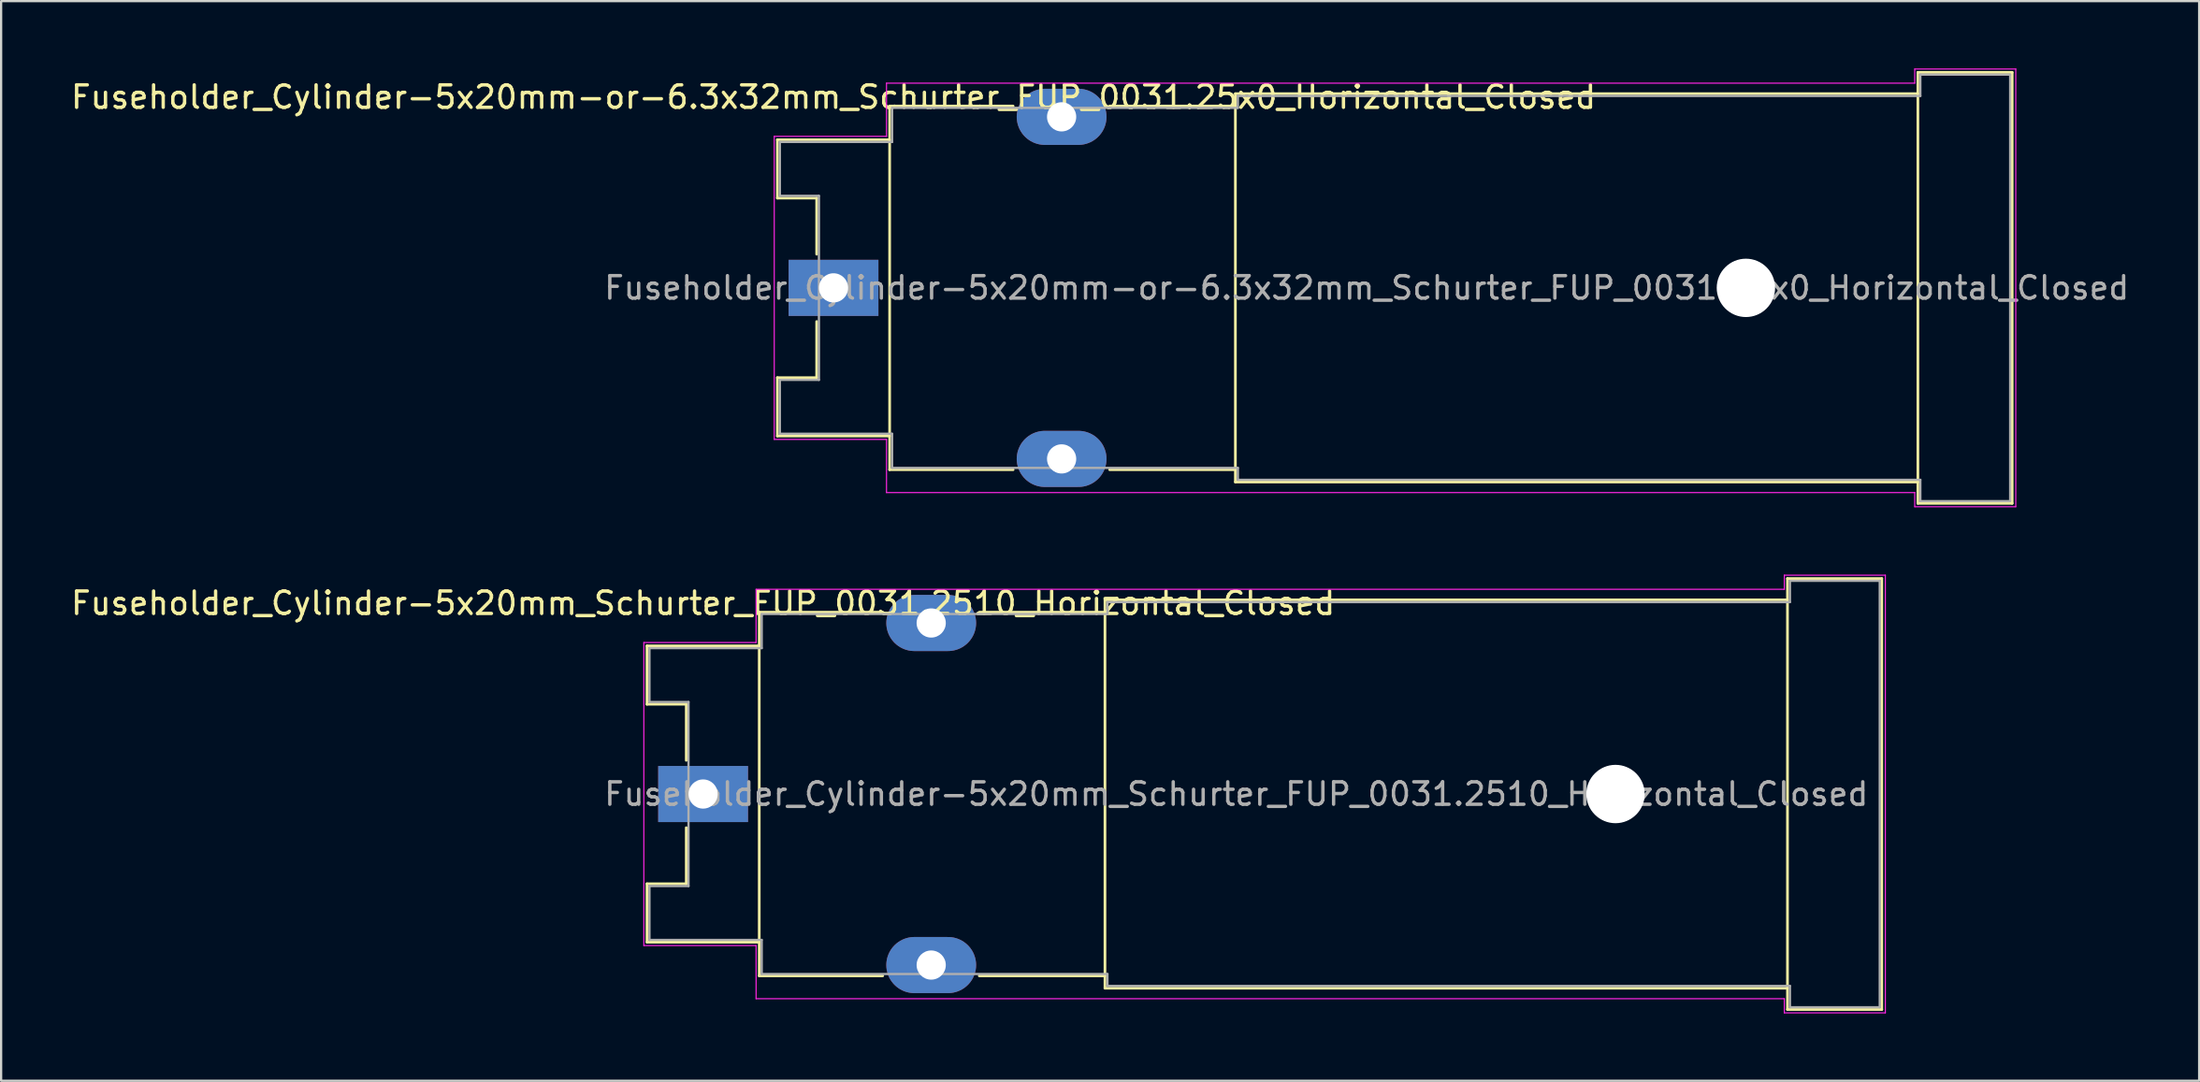
<source format=kicad_pcb>
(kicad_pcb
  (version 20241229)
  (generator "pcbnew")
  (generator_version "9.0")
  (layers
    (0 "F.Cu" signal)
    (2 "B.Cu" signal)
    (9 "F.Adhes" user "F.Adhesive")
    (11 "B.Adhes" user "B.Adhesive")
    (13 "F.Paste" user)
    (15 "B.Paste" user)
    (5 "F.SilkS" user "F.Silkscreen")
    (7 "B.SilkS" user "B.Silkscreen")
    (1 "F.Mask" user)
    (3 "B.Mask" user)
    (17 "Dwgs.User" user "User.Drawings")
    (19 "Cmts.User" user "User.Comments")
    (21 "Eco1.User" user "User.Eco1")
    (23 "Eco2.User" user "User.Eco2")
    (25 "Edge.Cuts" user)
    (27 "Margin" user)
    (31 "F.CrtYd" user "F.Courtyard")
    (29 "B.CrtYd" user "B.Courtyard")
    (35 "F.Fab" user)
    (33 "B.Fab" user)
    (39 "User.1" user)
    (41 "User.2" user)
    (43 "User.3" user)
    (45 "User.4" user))
  (footprint "Fuseholder_Cylinder-5x20mm-or-6.3x32mm_Schurter_FUP_0031.25x0_Horizontal_Closed"
    (layer "F.Cu")
    (at 34.077 9.775)
    (property "Reference" "Fuseholder_Cylinder-5x20mm-or-6.3x32mm_Schurter_FUP_0031.25x0_Horizontal_Closed" (at 0 -8.5 0) (layer "F.SilkS") (effects (font (size 1 1) (thickness 0.15))))
    (attr through_hole)
    (fp_line (start -2.5 -6.6) (end 2.5 -6.6) (stroke (width 0.12) (type solid)) (layer "F.SilkS"))
    (fp_line (start -2.5 -4) (end -2.5 -6.6) (stroke (width 0.12) (type solid)) (layer "F.SilkS"))
    (fp_line (start -2.5 4) (end -0.75 4) (stroke (width 0.12) (type solid)) (layer "F.SilkS"))
    (fp_line (start -2.5 6.6) (end -2.5 4) (stroke (width 0.12) (type solid)) (layer "F.SilkS"))
    (fp_line (start -2.5 6.6) (end 2.5 6.6) (stroke (width 0.12) (type solid)) (layer "F.SilkS"))
    (fp_line (start -0.75 -4) (end -2.5 -4) (stroke (width 0.12) (type solid)) (layer "F.SilkS"))
    (fp_line (start -0.75 -1.5) (end -0.75 -4) (stroke (width 0.12) (type solid)) (layer "F.SilkS"))
    (fp_line (start -0.75 4) (end -0.75 1.5) (stroke (width 0.12) (type solid)) (layer "F.SilkS"))
    (fp_line (start 2.5 -8.1) (end 8 -8.1) (stroke (width 0.12) (type solid)) (layer "F.SilkS"))
    (fp_line (start 2.5 8.1) (end 2.5 -8.1) (stroke (width 0.12) (type solid)) (layer "F.SilkS"))
    (fp_line (start 2.5 8.1) (end 8 8.1) (stroke (width 0.12) (type solid)) (layer "F.SilkS"))
    (fp_line (start 12.3 -8.1) (end 17.9 -8.1) (stroke (width 0.12) (type solid)) (layer "F.SilkS"))
    (fp_line (start 12.3 8.1) (end 17.9 8.1) (stroke (width 0.12) (type solid)) (layer "F.SilkS"))
    (fp_line (start 17.9 -8.65) (end 48.3 -8.65) (stroke (width 0.12) (type solid)) (layer "F.SilkS"))
    (fp_line (start 17.9 8.65) (end 17.9 -8.65) (stroke (width 0.12) (type solid)) (layer "F.SilkS"))
    (fp_line (start 17.9 8.65) (end 48.3 8.65) (stroke (width 0.12) (type solid)) (layer "F.SilkS"))
    (fp_line (start 48.3 -9.6) (end 52.5 -9.6) (stroke (width 0.12) (type solid)) (layer "F.SilkS"))
    (fp_line (start 48.3 9.6) (end 48.3 -9.6) (stroke (width 0.12) (type solid)) (layer "F.SilkS"))
    (fp_line (start 48.3 9.6) (end 52.5 9.6) (stroke (width 0.12) (type solid)) (layer "F.SilkS"))
    (fp_line (start 52.5 -9.6) (end 52.5 9.6) (stroke (width 0.12) (type solid)) (layer "F.SilkS"))
    (fp_line (start -2.64 -6.75) (end 2.36 -6.75) (stroke (width 0.05) (type solid)) (layer "F.CrtYd"))
    (fp_line (start -2.64 6.75) (end -2.64 -6.75) (stroke (width 0.05) (type solid)) (layer "F.CrtYd"))
    (fp_line (start -2.64 6.75) (end 2.36 6.75) (stroke (width 0.05) (type solid)) (layer "F.CrtYd"))
    (fp_line (start 2.36 -9.12) (end 2.36 -6.75) (stroke (width 0.05) (type solid)) (layer "F.CrtYd"))
    (fp_line (start 2.36 -9.12) (end 48.16 -9.12) (stroke (width 0.05) (type solid)) (layer "F.CrtYd"))
    (fp_line (start 2.36 6.75) (end 2.36 9.12) (stroke (width 0.05) (type solid)) (layer "F.CrtYd"))
    (fp_line (start 48.16 -9.75) (end 48.16 -9.12) (stroke (width 0.05) (type solid)) (layer "F.CrtYd"))
    (fp_line (start 48.16 -9.75) (end 52.66 -9.75) (stroke (width 0.05) (type solid)) (layer "F.CrtYd"))
    (fp_line (start 48.16 9.12) (end 2.36 9.12) (stroke (width 0.05) (type solid)) (layer "F.CrtYd"))
    (fp_line (start 48.16 9.12) (end 48.16 9.75) (stroke (width 0.05) (type solid)) (layer "F.CrtYd"))
    (fp_line (start 48.16 9.75) (end 52.66 9.75) (stroke (width 0.05) (type solid)) (layer "F.CrtYd"))
    (fp_line (start 52.66 -9.75) (end 52.66 9.75) (stroke (width 0.05) (type solid)) (layer "F.CrtYd"))
    (fp_line (start -2.39 -4.1) (end -2.39 -6.5) (stroke (width 0.1) (type solid)) (layer "F.Fab"))
    (fp_line (start -2.39 -4.1) (end -0.65 -4.1) (stroke (width 0.1) (type solid)) (layer "F.Fab"))
    (fp_line (start -2.39 4.1) (end -2.39 6.5) (stroke (width 0.1) (type solid)) (layer "F.Fab"))
    (fp_line (start -2.39 6.5) (end 2.61 6.5) (stroke (width 0.1) (type solid)) (layer "F.Fab"))
    (fp_line (start -0.65 -4.1) (end -0.65 4.1) (stroke (width 0.1) (type solid)) (layer "F.Fab"))
    (fp_line (start -0.65 4.1) (end -2.39 4.1) (stroke (width 0.1) (type solid)) (layer "F.Fab"))
    (fp_line (start 2.61 -8.02) (end 2.61 -6.5) (stroke (width 0.1) (type solid)) (layer "F.Fab"))
    (fp_line (start 2.61 -6.5) (end -2.39 -6.5) (stroke (width 0.1) (type solid)) (layer "F.Fab"))
    (fp_line (start 2.61 6.5) (end 2.61 8.02) (stroke (width 0.1) (type solid)) (layer "F.Fab"))
    (fp_line (start 2.61 8.02) (end 18.01 8.02) (stroke (width 0.1) (type solid)) (layer "F.Fab"))
    (fp_line (start 18.01 -8.55) (end 18.01 -8.02) (stroke (width 0.1) (type solid)) (layer "F.Fab"))
    (fp_line (start 18.01 -8.02) (end 2.61 -8.02) (stroke (width 0.1) (type solid)) (layer "F.Fab"))
    (fp_line (start 18.01 8.02) (end 18.01 8.55) (stroke (width 0.1) (type solid)) (layer "F.Fab"))
    (fp_line (start 18.01 8.55) (end 48.41 8.55) (stroke (width 0.1) (type solid)) (layer "F.Fab"))
    (fp_line (start 48.41 -9.5) (end 48.41 -8.55) (stroke (width 0.1) (type solid)) (layer "F.Fab"))
    (fp_line (start 48.41 -8.55) (end 18.01 -8.55) (stroke (width 0.1) (type solid)) (layer "F.Fab"))
    (fp_line (start 48.41 8.55) (end 48.41 9.5) (stroke (width 0.1) (type solid)) (layer "F.Fab"))
    (fp_line (start 48.41 9.5) (end 52.41 9.5) (stroke (width 0.1) (type solid)) (layer "F.Fab"))
    (fp_line (start 52.41 -9.5) (end 48.41 -9.5) (stroke (width 0.1) (type solid)) (layer "F.Fab"))
    (fp_line (start 52.41 -9.5) (end 52.41 9.5) (stroke (width 0.1) (type solid)) (layer "F.Fab"))
    (fp_text user "${REFERENCE}" (at 23.75 0 0) (layer "F.Fab") (effects (font (size 1 1) (thickness 0.15))))
    (pad "" np_thru_hole circle (at 40.64 0) (size 2.6 2.6) (drill 2.6) (layers "*.Cu" "*.Mask"))
    (pad "1" thru_hole rect (at 0 0) (size 4 2.5) (drill 1.3) (layers "*.Cu" "*.Mask"))
    (pad "2" thru_hole oval (at 10.16 -7.62) (size 4 2.5) (drill 1.3) (layers "*.Cu" "*.Mask"))
    (pad "2" thru_hole oval (at 10.16 7.62) (size 4 2.5) (drill 1.3) (layers "*.Cu" "*.Mask")))
  (footprint "Fuseholder_Cylinder-5x20mm_Schurter_FUP_0031.2510_Horizontal_Closed"
    (layer "F.Cu")
    (at 28.268 32.325)
    (property "Reference" "Fuseholder_Cylinder-5x20mm_Schurter_FUP_0031.2510_Horizontal_Closed" (at 0 -8.5 0) (layer "F.SilkS") (effects (font (size 1 1) (thickness 0.15))))
    (attr through_hole)
    (fp_line (start -2.5 -6.6) (end 2.5 -6.6) (stroke (width 0.12) (type solid)) (layer "F.SilkS"))
    (fp_line (start -2.5 -4) (end -2.5 -6.6) (stroke (width 0.12) (type solid)) (layer "F.SilkS"))
    (fp_line (start -2.5 4) (end -0.75 4) (stroke (width 0.12) (type solid)) (layer "F.SilkS"))
    (fp_line (start -2.5 6.6) (end -2.5 4) (stroke (width 0.12) (type solid)) (layer "F.SilkS"))
    (fp_line (start -2.5 6.6) (end 2.5 6.6) (stroke (width 0.12) (type solid)) (layer "F.SilkS"))
    (fp_line (start -0.75 -4) (end -2.5 -4) (stroke (width 0.12) (type solid)) (layer "F.SilkS"))
    (fp_line (start -0.75 -1.5) (end -0.75 -4) (stroke (width 0.12) (type solid)) (layer "F.SilkS"))
    (fp_line (start -0.75 4) (end -0.75 1.5) (stroke (width 0.12) (type solid)) (layer "F.SilkS"))
    (fp_line (start 2.5 -8.1) (end 8 -8.1) (stroke (width 0.12) (type solid)) (layer "F.SilkS"))
    (fp_line (start 2.5 8.1) (end 2.5 -8.1) (stroke (width 0.12) (type solid)) (layer "F.SilkS"))
    (fp_line (start 2.5 8.1) (end 8 8.1) (stroke (width 0.12) (type solid)) (layer "F.SilkS"))
    (fp_line (start 12.3 -8.1) (end 17.9 -8.1) (stroke (width 0.12) (type solid)) (layer "F.SilkS"))
    (fp_line (start 12.3 8.1) (end 17.9 8.1) (stroke (width 0.12) (type solid)) (layer "F.SilkS"))
    (fp_line (start 17.9 -8.65) (end 48.3 -8.65) (stroke (width 0.12) (type solid)) (layer "F.SilkS"))
    (fp_line (start 17.9 8.65) (end 17.9 -8.65) (stroke (width 0.12) (type solid)) (layer "F.SilkS"))
    (fp_line (start 17.9 8.65) (end 48.3 8.65) (stroke (width 0.12) (type solid)) (layer "F.SilkS"))
    (fp_line (start 48.3 -9.6) (end 52.5 -9.6) (stroke (width 0.12) (type solid)) (layer "F.SilkS"))
    (fp_line (start 48.3 9.6) (end 48.3 -9.6) (stroke (width 0.12) (type solid)) (layer "F.SilkS"))
    (fp_line (start 48.3 9.6) (end 52.5 9.6) (stroke (width 0.12) (type solid)) (layer "F.SilkS"))
    (fp_line (start 52.5 -9.6) (end 52.5 9.6) (stroke (width 0.12) (type solid)) (layer "F.SilkS"))
    (fp_line (start -2.64 -6.75) (end 2.36 -6.75) (stroke (width 0.05) (type solid)) (layer "F.CrtYd"))
    (fp_line (start -2.64 6.75) (end -2.64 -6.75) (stroke (width 0.05) (type solid)) (layer "F.CrtYd"))
    (fp_line (start -2.64 6.75) (end 2.36 6.75) (stroke (width 0.05) (type solid)) (layer "F.CrtYd"))
    (fp_line (start 2.36 -9.12) (end 2.36 -6.75) (stroke (width 0.05) (type solid)) (layer "F.CrtYd"))
    (fp_line (start 2.36 -9.12) (end 48.16 -9.12) (stroke (width 0.05) (type solid)) (layer "F.CrtYd"))
    (fp_line (start 2.36 6.75) (end 2.36 9.12) (stroke (width 0.05) (type solid)) (layer "F.CrtYd"))
    (fp_line (start 48.16 -9.75) (end 48.16 -9.12) (stroke (width 0.05) (type solid)) (layer "F.CrtYd"))
    (fp_line (start 48.16 -9.75) (end 52.66 -9.75) (stroke (width 0.05) (type solid)) (layer "F.CrtYd"))
    (fp_line (start 48.16 9.12) (end 2.36 9.12) (stroke (width 0.05) (type solid)) (layer "F.CrtYd"))
    (fp_line (start 48.16 9.12) (end 48.16 9.75) (stroke (width 0.05) (type solid)) (layer "F.CrtYd"))
    (fp_line (start 48.16 9.75) (end 52.66 9.75) (stroke (width 0.05) (type solid)) (layer "F.CrtYd"))
    (fp_line (start 52.66 -9.75) (end 52.66 9.75) (stroke (width 0.05) (type solid)) (layer "F.CrtYd"))
    (fp_line (start -2.39 -4.1) (end -2.39 -6.5) (stroke (width 0.1) (type solid)) (layer "F.Fab"))
    (fp_line (start -2.39 -4.1) (end -0.65 -4.1) (stroke (width 0.1) (type solid)) (layer "F.Fab"))
    (fp_line (start -2.39 4.1) (end -2.39 6.5) (stroke (width 0.1) (type solid)) (layer "F.Fab"))
    (fp_line (start -2.39 6.5) (end 2.61 6.5) (stroke (width 0.1) (type solid)) (layer "F.Fab"))
    (fp_line (start -0.65 -4.1) (end -0.65 4.1) (stroke (width 0.1) (type solid)) (layer "F.Fab"))
    (fp_line (start -0.65 4.1) (end -2.39 4.1) (stroke (width 0.1) (type solid)) (layer "F.Fab"))
    (fp_line (start 2.61 -8.02) (end 2.61 -6.5) (stroke (width 0.1) (type solid)) (layer "F.Fab"))
    (fp_line (start 2.61 -6.5) (end -2.39 -6.5) (stroke (width 0.1) (type solid)) (layer "F.Fab"))
    (fp_line (start 2.61 6.5) (end 2.61 8.02) (stroke (width 0.1) (type solid)) (layer "F.Fab"))
    (fp_line (start 2.61 8.02) (end 18.01 8.02) (stroke (width 0.1) (type solid)) (layer "F.Fab"))
    (fp_line (start 18.01 -8.55) (end 18.01 -8.02) (stroke (width 0.1) (type solid)) (layer "F.Fab"))
    (fp_line (start 18.01 -8.02) (end 2.61 -8.02) (stroke (width 0.1) (type solid)) (layer "F.Fab"))
    (fp_line (start 18.01 8.02) (end 18.01 8.55) (stroke (width 0.1) (type solid)) (layer "F.Fab"))
    (fp_line (start 18.01 8.55) (end 48.41 8.55) (stroke (width 0.1) (type solid)) (layer "F.Fab"))
    (fp_line (start 48.41 -9.5) (end 48.41 -8.55) (stroke (width 0.1) (type solid)) (layer "F.Fab"))
    (fp_line (start 48.41 -8.55) (end 18.01 -8.55) (stroke (width 0.1) (type solid)) (layer "F.Fab"))
    (fp_line (start 48.41 8.55) (end 48.41 9.5) (stroke (width 0.1) (type solid)) (layer "F.Fab"))
    (fp_line (start 48.41 9.5) (end 52.41 9.5) (stroke (width 0.1) (type solid)) (layer "F.Fab"))
    (fp_line (start 52.41 -9.5) (end 48.41 -9.5) (stroke (width 0.1) (type solid)) (layer "F.Fab"))
    (fp_line (start 52.41 -9.5) (end 52.41 9.5) (stroke (width 0.1) (type solid)) (layer "F.Fab"))
    (fp_text user "${REFERENCE}" (at 23.75 0 0) (layer "F.Fab") (effects (font (size 1 1) (thickness 0.15))))
    (pad "" np_thru_hole circle (at 40.64 0) (size 2.6 2.6) (drill 2.6) (layers "*.Cu" "*.Mask"))
    (pad "1" thru_hole rect (at 0 0) (size 4 2.5) (drill 1.3) (layers "*.Cu" "*.Mask"))
    (pad "2" thru_hole oval (at 10.16 -7.62) (size 4 2.5) (drill 1.3) (layers "*.Cu" "*.Mask"))
    (pad "2" thru_hole oval (at 10.16 7.62) (size 4 2.5) (drill 1.3) (layers "*.Cu" "*.Mask")))
  (gr_rect
    (start -3 -3)
    (end 94.905 45.1)
    (stroke (width 0.1) (type default))
    (fill no)
    (layer "Edge.Cuts")))
</source>
